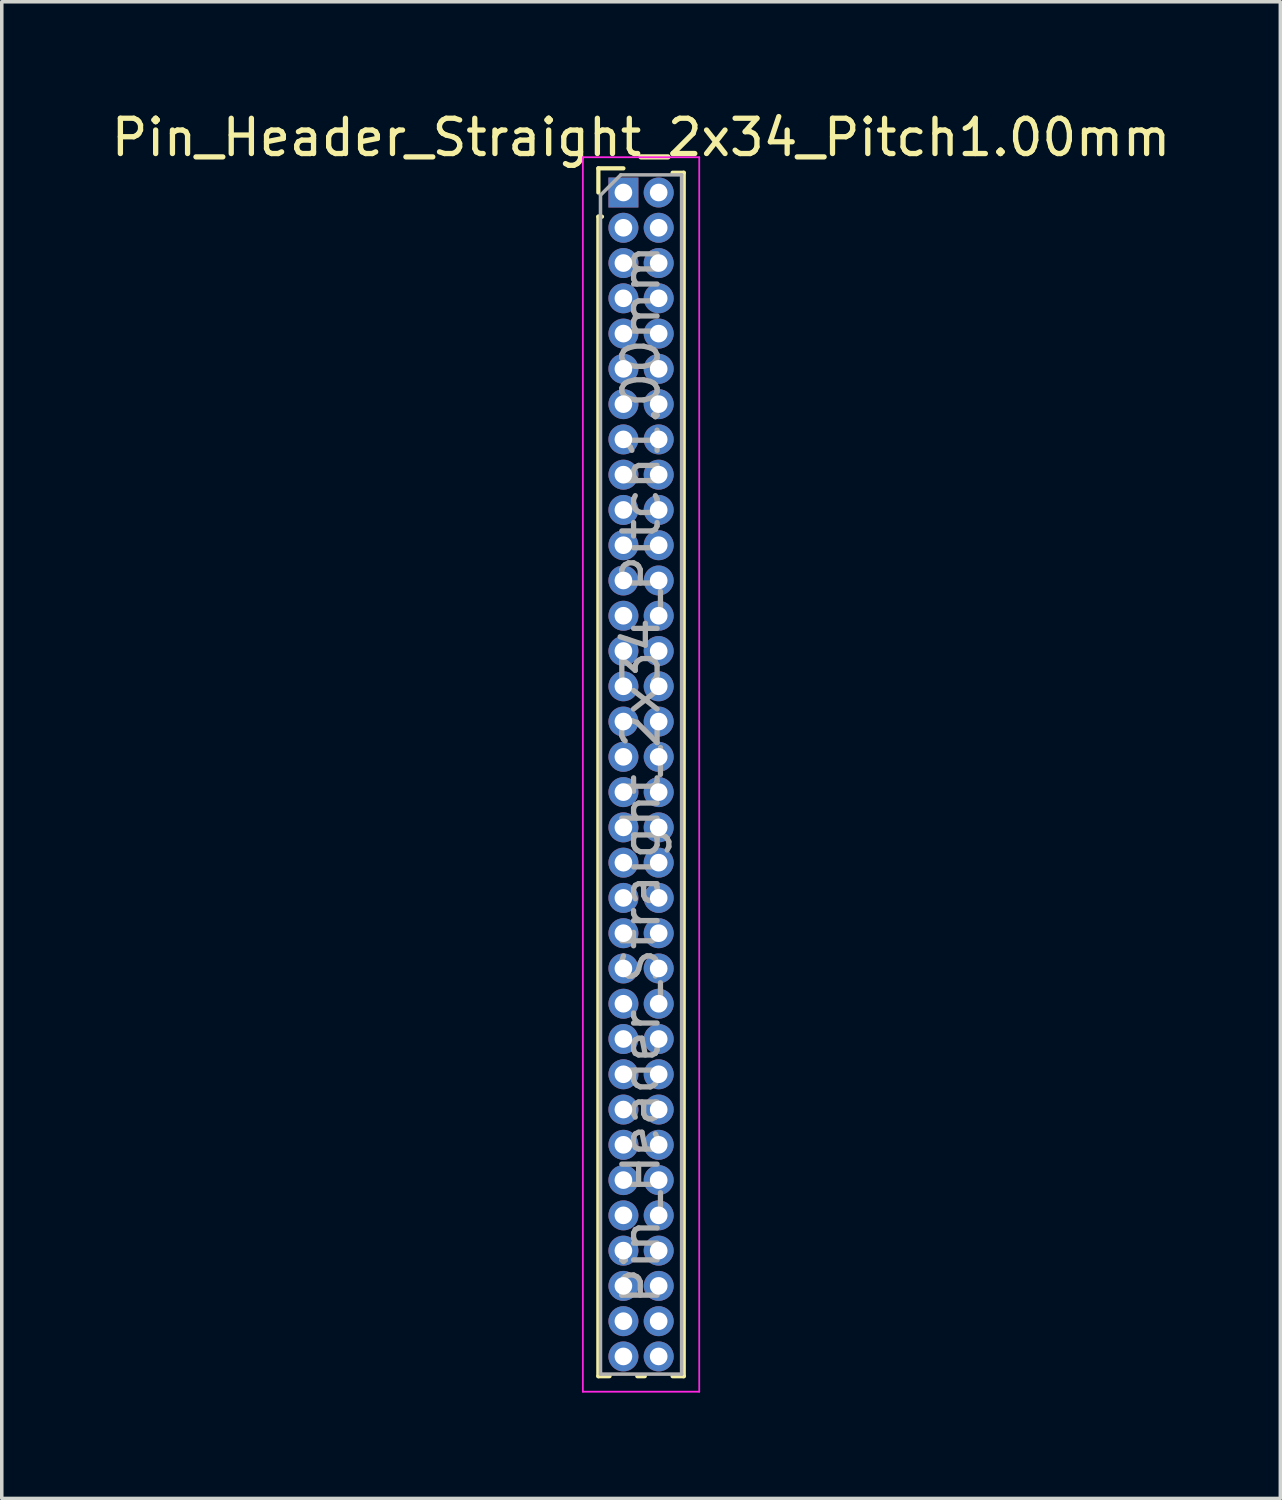
<source format=kicad_pcb>
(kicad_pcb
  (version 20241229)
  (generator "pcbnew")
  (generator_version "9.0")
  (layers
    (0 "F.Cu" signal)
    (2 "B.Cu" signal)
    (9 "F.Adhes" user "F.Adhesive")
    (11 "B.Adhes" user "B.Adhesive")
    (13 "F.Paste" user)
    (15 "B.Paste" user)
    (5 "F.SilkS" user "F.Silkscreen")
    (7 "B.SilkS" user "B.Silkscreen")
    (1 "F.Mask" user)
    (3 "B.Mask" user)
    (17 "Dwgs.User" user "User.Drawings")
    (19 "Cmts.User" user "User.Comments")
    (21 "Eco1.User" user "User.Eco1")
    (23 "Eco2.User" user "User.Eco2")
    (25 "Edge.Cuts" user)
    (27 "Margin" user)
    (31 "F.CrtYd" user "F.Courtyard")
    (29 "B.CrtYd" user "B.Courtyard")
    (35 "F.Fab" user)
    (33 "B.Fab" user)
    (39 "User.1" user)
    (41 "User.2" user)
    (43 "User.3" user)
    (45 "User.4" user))
  (footprint "Pin_Header_Straight_2x34_Pitch1.00mm"
    (layer "F.Cu")
    (at 14.625 2.408)
    (property "Reference" "Pin_Header_Straight_2x34_Pitch1.00mm" (at 0.5 -1.56 0) (layer "F.SilkS") (effects (font (size 1 1) (thickness 0.15))))
    (attr through_hole)
    (fp_line (start -0.71 -0.685) (end 0 -0.685) (stroke (width 0.12) (type solid)) (layer "F.SilkS"))
    (fp_line (start -0.71 0) (end -0.71 -0.685) (stroke (width 0.12) (type solid)) (layer "F.SilkS"))
    (fp_line (start -0.71 0.685) (end -0.71 33.56) (stroke (width 0.12) (type solid)) (layer "F.SilkS"))
    (fp_line (start -0.71 0.685) (end -0.608 0.685) (stroke (width 0.12) (type solid)) (layer "F.SilkS"))
    (fp_line (start -0.71 33.56) (end -0.394 33.56) (stroke (width 0.12) (type solid)) (layer "F.SilkS"))
    (fp_line (start 0.394 33.56) (end 0.606 33.56) (stroke (width 0.12) (type solid)) (layer "F.SilkS"))
    (fp_line (start 1.394 -0.56) (end 1.71 -0.56) (stroke (width 0.12) (type solid)) (layer "F.SilkS"))
    (fp_line (start 1.394 33.56) (end 1.71 33.56) (stroke (width 0.12) (type solid)) (layer "F.SilkS"))
    (fp_line (start 1.71 -0.56) (end 1.71 33.56) (stroke (width 0.12) (type solid)) (layer "F.SilkS"))
    (fp_line (start -1.15 -1) (end -1.15 34) (stroke (width 0.05) (type solid)) (layer "F.CrtYd"))
    (fp_line (start -1.15 34) (end 2.15 34) (stroke (width 0.05) (type solid)) (layer "F.CrtYd"))
    (fp_line (start 2.15 -1) (end -1.15 -1) (stroke (width 0.05) (type solid)) (layer "F.CrtYd"))
    (fp_line (start 2.15 34) (end 2.15 -1) (stroke (width 0.05) (type solid)) (layer "F.CrtYd"))
    (fp_line (start -0.65 0.075) (end -0.075 -0.5) (stroke (width 0.1) (type solid)) (layer "F.Fab"))
    (fp_line (start -0.65 33.5) (end -0.65 0.075) (stroke (width 0.1) (type solid)) (layer "F.Fab"))
    (fp_line (start -0.075 -0.5) (end 1.65 -0.5) (stroke (width 0.1) (type solid)) (layer "F.Fab"))
    (fp_line (start 1.65 -0.5) (end 1.65 33.5) (stroke (width 0.1) (type solid)) (layer "F.Fab"))
    (fp_line (start 1.65 33.5) (end -0.65 33.5) (stroke (width 0.1) (type solid)) (layer "F.Fab"))
    (fp_text user "${REFERENCE}" (at 0.5 16.5 90) (layer "F.Fab") (effects (font (size 1 1) (thickness 0.15))))
    (pad "1" thru_hole rect (at 0 0) (size 0.85 0.85) (drill 0.5) (layers "*.Cu" "*.Mask"))
    (pad "2" thru_hole oval (at 1 0) (size 0.85 0.85) (drill 0.5) (layers "*.Cu" "*.Mask"))
    (pad "3" thru_hole oval (at 0 1) (size 0.85 0.85) (drill 0.5) (layers "*.Cu" "*.Mask"))
    (pad "4" thru_hole oval (at 1 1) (size 0.85 0.85) (drill 0.5) (layers "*.Cu" "*.Mask"))
    (pad "5" thru_hole oval (at 0 2) (size 0.85 0.85) (drill 0.5) (layers "*.Cu" "*.Mask"))
    (pad "6" thru_hole oval (at 1 2) (size 0.85 0.85) (drill 0.5) (layers "*.Cu" "*.Mask"))
    (pad "7" thru_hole oval (at 0 3) (size 0.85 0.85) (drill 0.5) (layers "*.Cu" "*.Mask"))
    (pad "8" thru_hole oval (at 1 3) (size 0.85 0.85) (drill 0.5) (layers "*.Cu" "*.Mask"))
    (pad "9" thru_hole oval (at 0 4) (size 0.85 0.85) (drill 0.5) (layers "*.Cu" "*.Mask"))
    (pad "10" thru_hole oval (at 1 4) (size 0.85 0.85) (drill 0.5) (layers "*.Cu" "*.Mask"))
    (pad "11" thru_hole oval (at 0 5) (size 0.85 0.85) (drill 0.5) (layers "*.Cu" "*.Mask"))
    (pad "12" thru_hole oval (at 1 5) (size 0.85 0.85) (drill 0.5) (layers "*.Cu" "*.Mask"))
    (pad "13" thru_hole oval (at 0 6) (size 0.85 0.85) (drill 0.5) (layers "*.Cu" "*.Mask"))
    (pad "14" thru_hole oval (at 1 6) (size 0.85 0.85) (drill 0.5) (layers "*.Cu" "*.Mask"))
    (pad "15" thru_hole oval (at 0 7) (size 0.85 0.85) (drill 0.5) (layers "*.Cu" "*.Mask"))
    (pad "16" thru_hole oval (at 1 7) (size 0.85 0.85) (drill 0.5) (layers "*.Cu" "*.Mask"))
    (pad "17" thru_hole oval (at 0 8) (size 0.85 0.85) (drill 0.5) (layers "*.Cu" "*.Mask"))
    (pad "18" thru_hole oval (at 1 8) (size 0.85 0.85) (drill 0.5) (layers "*.Cu" "*.Mask"))
    (pad "19" thru_hole oval (at 0 9) (size 0.85 0.85) (drill 0.5) (layers "*.Cu" "*.Mask"))
    (pad "20" thru_hole oval (at 1 9) (size 0.85 0.85) (drill 0.5) (layers "*.Cu" "*.Mask"))
    (pad "21" thru_hole oval (at 0 10) (size 0.85 0.85) (drill 0.5) (layers "*.Cu" "*.Mask"))
    (pad "22" thru_hole oval (at 1 10) (size 0.85 0.85) (drill 0.5) (layers "*.Cu" "*.Mask"))
    (pad "23" thru_hole oval (at 0 11) (size 0.85 0.85) (drill 0.5) (layers "*.Cu" "*.Mask"))
    (pad "24" thru_hole oval (at 1 11) (size 0.85 0.85) (drill 0.5) (layers "*.Cu" "*.Mask"))
    (pad "25" thru_hole oval (at 0 12) (size 0.85 0.85) (drill 0.5) (layers "*.Cu" "*.Mask"))
    (pad "26" thru_hole oval (at 1 12) (size 0.85 0.85) (drill 0.5) (layers "*.Cu" "*.Mask"))
    (pad "27" thru_hole oval (at 0 13) (size 0.85 0.85) (drill 0.5) (layers "*.Cu" "*.Mask"))
    (pad "28" thru_hole oval (at 1 13) (size 0.85 0.85) (drill 0.5) (layers "*.Cu" "*.Mask"))
    (pad "29" thru_hole oval (at 0 14) (size 0.85 0.85) (drill 0.5) (layers "*.Cu" "*.Mask"))
    (pad "30" thru_hole oval (at 1 14) (size 0.85 0.85) (drill 0.5) (layers "*.Cu" "*.Mask"))
    (pad "31" thru_hole oval (at 0 15) (size 0.85 0.85) (drill 0.5) (layers "*.Cu" "*.Mask"))
    (pad "32" thru_hole oval (at 1 15) (size 0.85 0.85) (drill 0.5) (layers "*.Cu" "*.Mask"))
    (pad "33" thru_hole oval (at 0 16) (size 0.85 0.85) (drill 0.5) (layers "*.Cu" "*.Mask"))
    (pad "34" thru_hole oval (at 1 16) (size 0.85 0.85) (drill 0.5) (layers "*.Cu" "*.Mask"))
    (pad "35" thru_hole oval (at 0 17) (size 0.85 0.85) (drill 0.5) (layers "*.Cu" "*.Mask"))
    (pad "36" thru_hole oval (at 1 17) (size 0.85 0.85) (drill 0.5) (layers "*.Cu" "*.Mask"))
    (pad "37" thru_hole oval (at 0 18) (size 0.85 0.85) (drill 0.5) (layers "*.Cu" "*.Mask"))
    (pad "38" thru_hole oval (at 1 18) (size 0.85 0.85) (drill 0.5) (layers "*.Cu" "*.Mask"))
    (pad "39" thru_hole oval (at 0 19) (size 0.85 0.85) (drill 0.5) (layers "*.Cu" "*.Mask"))
    (pad "40" thru_hole oval (at 1 19) (size 0.85 0.85) (drill 0.5) (layers "*.Cu" "*.Mask"))
    (pad "41" thru_hole oval (at 0 20) (size 0.85 0.85) (drill 0.5) (layers "*.Cu" "*.Mask"))
    (pad "42" thru_hole oval (at 1 20) (size 0.85 0.85) (drill 0.5) (layers "*.Cu" "*.Mask"))
    (pad "43" thru_hole oval (at 0 21) (size 0.85 0.85) (drill 0.5) (layers "*.Cu" "*.Mask"))
    (pad "44" thru_hole oval (at 1 21) (size 0.85 0.85) (drill 0.5) (layers "*.Cu" "*.Mask"))
    (pad "45" thru_hole oval (at 0 22) (size 0.85 0.85) (drill 0.5) (layers "*.Cu" "*.Mask"))
    (pad "46" thru_hole oval (at 1 22) (size 0.85 0.85) (drill 0.5) (layers "*.Cu" "*.Mask"))
    (pad "47" thru_hole oval (at 0 23) (size 0.85 0.85) (drill 0.5) (layers "*.Cu" "*.Mask"))
    (pad "48" thru_hole oval (at 1 23) (size 0.85 0.85) (drill 0.5) (layers "*.Cu" "*.Mask"))
    (pad "49" thru_hole oval (at 0 24) (size 0.85 0.85) (drill 0.5) (layers "*.Cu" "*.Mask"))
    (pad "50" thru_hole oval (at 1 24) (size 0.85 0.85) (drill 0.5) (layers "*.Cu" "*.Mask"))
    (pad "51" thru_hole oval (at 0 25) (size 0.85 0.85) (drill 0.5) (layers "*.Cu" "*.Mask"))
    (pad "52" thru_hole oval (at 1 25) (size 0.85 0.85) (drill 0.5) (layers "*.Cu" "*.Mask"))
    (pad "53" thru_hole oval (at 0 26) (size 0.85 0.85) (drill 0.5) (layers "*.Cu" "*.Mask"))
    (pad "54" thru_hole oval (at 1 26) (size 0.85 0.85) (drill 0.5) (layers "*.Cu" "*.Mask"))
    (pad "55" thru_hole oval (at 0 27) (size 0.85 0.85) (drill 0.5) (layers "*.Cu" "*.Mask"))
    (pad "56" thru_hole oval (at 1 27) (size 0.85 0.85) (drill 0.5) (layers "*.Cu" "*.Mask"))
    (pad "57" thru_hole oval (at 0 28) (size 0.85 0.85) (drill 0.5) (layers "*.Cu" "*.Mask"))
    (pad "58" thru_hole oval (at 1 28) (size 0.85 0.85) (drill 0.5) (layers "*.Cu" "*.Mask"))
    (pad "59" thru_hole oval (at 0 29) (size 0.85 0.85) (drill 0.5) (layers "*.Cu" "*.Mask"))
    (pad "60" thru_hole oval (at 1 29) (size 0.85 0.85) (drill 0.5) (layers "*.Cu" "*.Mask"))
    (pad "61" thru_hole oval (at 0 30) (size 0.85 0.85) (drill 0.5) (layers "*.Cu" "*.Mask"))
    (pad "62" thru_hole oval (at 1 30) (size 0.85 0.85) (drill 0.5) (layers "*.Cu" "*.Mask"))
    (pad "63" thru_hole oval (at 0 31) (size 0.85 0.85) (drill 0.5) (layers "*.Cu" "*.Mask"))
    (pad "64" thru_hole oval (at 1 31) (size 0.85 0.85) (drill 0.5) (layers "*.Cu" "*.Mask"))
    (pad "65" thru_hole oval (at 0 32) (size 0.85 0.85) (drill 0.5) (layers "*.Cu" "*.Mask"))
    (pad "66" thru_hole oval (at 1 32) (size 0.85 0.85) (drill 0.5) (layers "*.Cu" "*.Mask"))
    (pad "67" thru_hole oval (at 0 33) (size 0.85 0.85) (drill 0.5) (layers "*.Cu" "*.Mask"))
    (pad "68" thru_hole oval (at 1 33) (size 0.85 0.85) (drill 0.5) (layers "*.Cu" "*.Mask")))
  (gr_rect
    (start -3 -3)
    (end 33.25 39.433)
    (stroke (width 0.1) (type default))
    (fill no)
    (layer "Edge.Cuts")))
</source>
